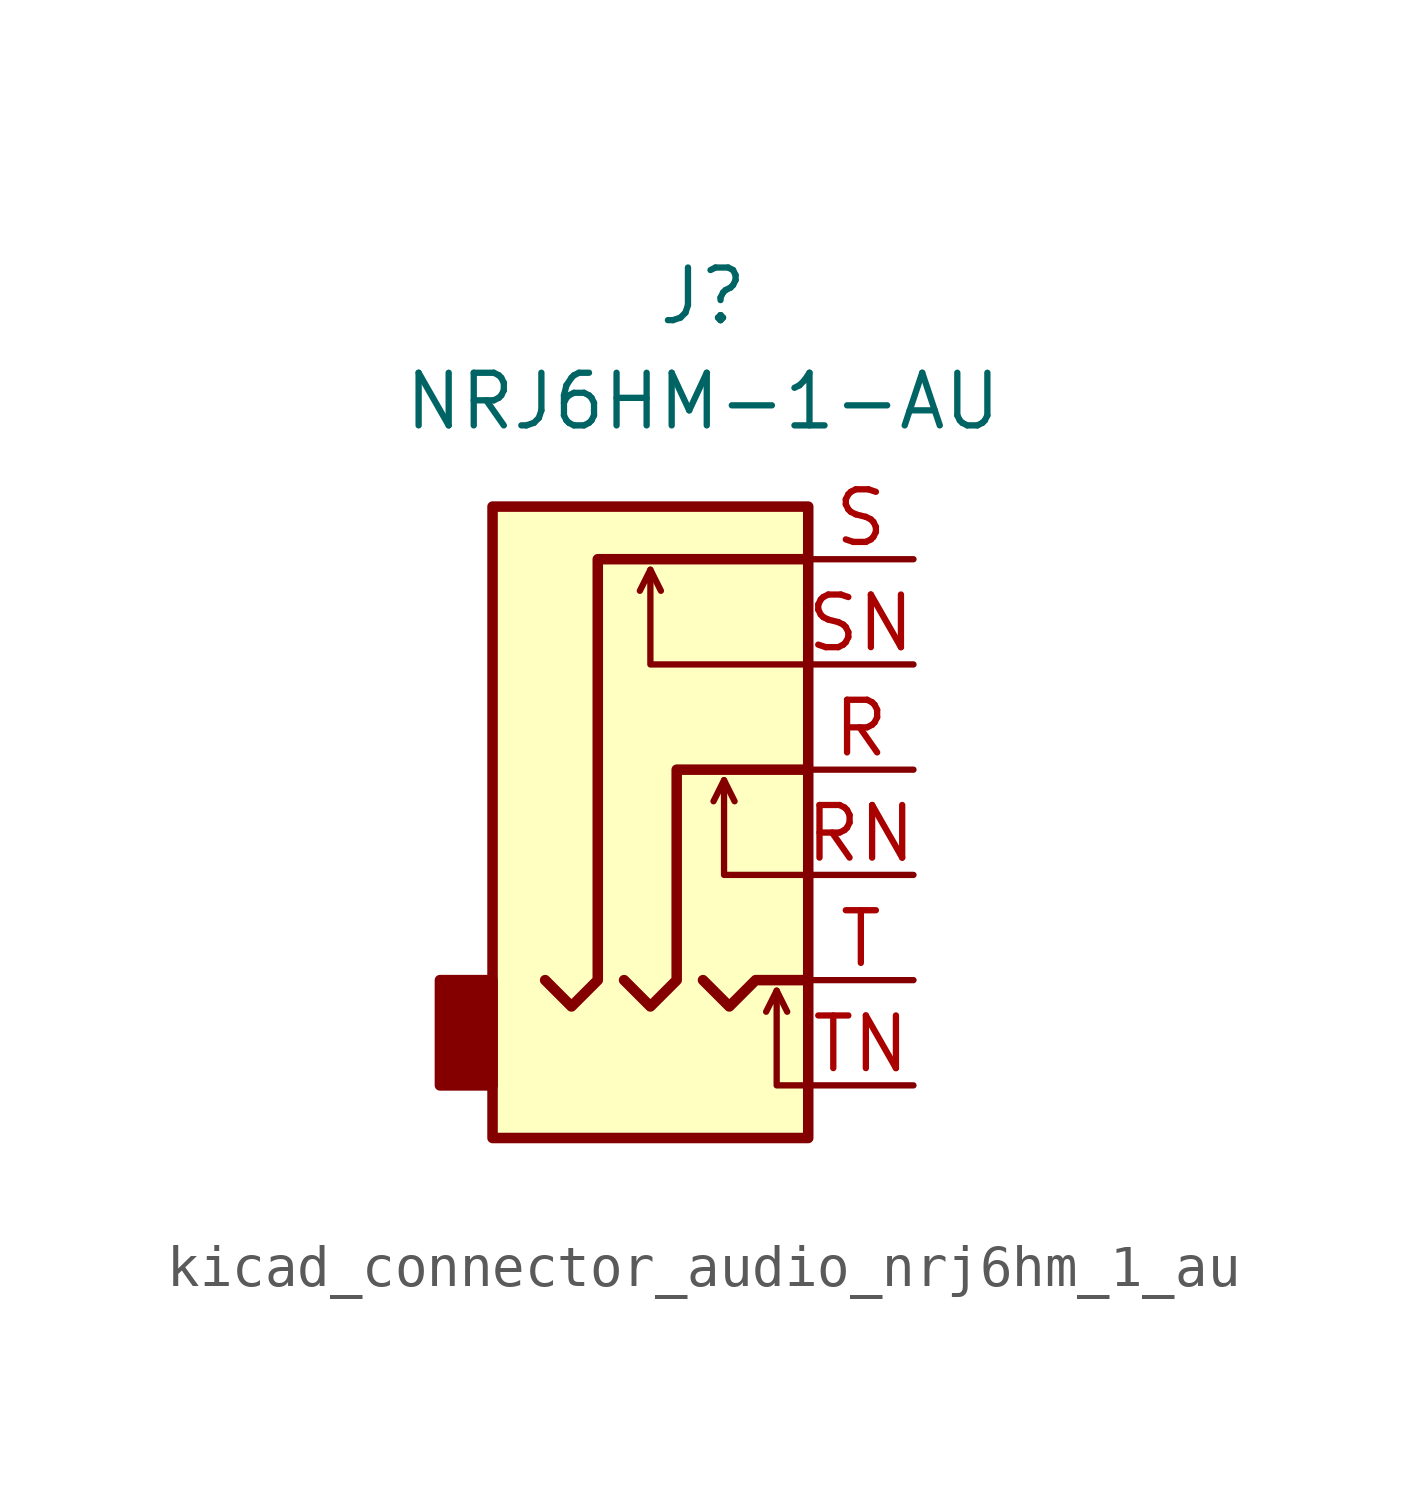
<source format=kicad_sym>
(kicad_symbol_lib
  (version 20220914)
  (generator kicad_symbol_editor)
  (symbol "kicad_connector_audio_nrj6hm_1_au"
    (property "Reference" "J"
      (at 0 11.43 0)
      (effects (font (size 1.27 1.27))))
    (property "Value" "NRJ6HM-1-AU"
      (at 0 8.89 0)
      (effects (font (size 1.27 1.27))))
    (symbol "kicad_connector_audio_nrj6hm_1_au_0_1"
      (rectangle (start -5.08 -5.08) (end -6.35 -7.62) (stroke (width 0.254) (type default)) (fill (type outline)))
      (polyline (pts (xy -1.27 4.826) (xy -1.016 4.318)) (stroke (width 0) (type default)) (fill (type none)))
      (polyline (pts (xy 0.508 -0.254) (xy 0.762 -0.762)) (stroke (width 0) (type default)) (fill (type none)))
      (polyline (pts (xy 1.778 -5.334) (xy 2.032 -5.842)) (stroke (width 0) (type default)) (fill (type none)))
      (polyline (pts (xy 0 -5.08) (xy 0.635 -5.715) (xy 1.27 -5.08) (xy 2.54 -5.08)) (stroke (width 0.254) (type default)) (fill (type none)))
      (polyline (pts (xy 2.54 -7.62) (xy 1.778 -7.62) (xy 1.778 -5.334) (xy 1.524 -5.842)) (stroke (width 0) (type default)) (fill (type none)))
      (polyline (pts (xy 2.54 -2.54) (xy 0.508 -2.54) (xy 0.508 -0.254) (xy 0.254 -0.762)) (stroke (width 0) (type default)) (fill (type none)))
      (polyline (pts (xy 2.54 2.54) (xy -1.27 2.54) (xy -1.27 4.826) (xy -1.524 4.318)) (stroke (width 0) (type default)) (fill (type none)))
      (polyline (pts (xy -1.905 -5.08) (xy -1.27 -5.715) (xy -0.635 -5.08) (xy -0.635 0) (xy 2.54 0)) (stroke (width 0.254) (type default)) (fill (type none)))
      (polyline (pts (xy 2.54 5.08) (xy -2.54 5.08) (xy -2.54 -5.08) (xy -3.175 -5.715) (xy -3.81 -5.08)) (stroke (width 0.254) (type default)) (fill (type none)))
      (rectangle (start 2.54 6.35) (end -5.08 -8.89) (stroke (width 0.254) (type default)) (fill (type background))))
    (symbol "kicad_connector_audio_nrj6hm_1_au_1_1"
      (pin passive line (at 5.08 0 180) (length 2.54) (name "~" (effects (font (size 1.27 1.27)))) (number "R" (effects (font (size 1.27 1.27)))))
      (pin passive line (at 5.08 -2.54 180) (length 2.54) (name "~" (effects (font (size 1.27 1.27)))) (number "RN" (effects (font (size 1.27 1.27)))))
      (pin passive line (at 5.08 5.08 180) (length 2.54) (name "~" (effects (font (size 1.27 1.27)))) (number "S" (effects (font (size 1.27 1.27)))))
      (pin passive line (at 5.08 2.54 180) (length 2.54) (name "~" (effects (font (size 1.27 1.27)))) (number "SN" (effects (font (size 1.27 1.27)))))
      (pin passive line (at 5.08 -5.08 180) (length 2.54) (name "~" (effects (font (size 1.27 1.27)))) (number "T" (effects (font (size 1.27 1.27)))))
      (pin passive line (at 5.08 -7.62 180) (length 2.54) (name "~" (effects (font (size 1.27 1.27)))) (number "TN" (effects (font (size 1.27 1.27))))))))
</source>
